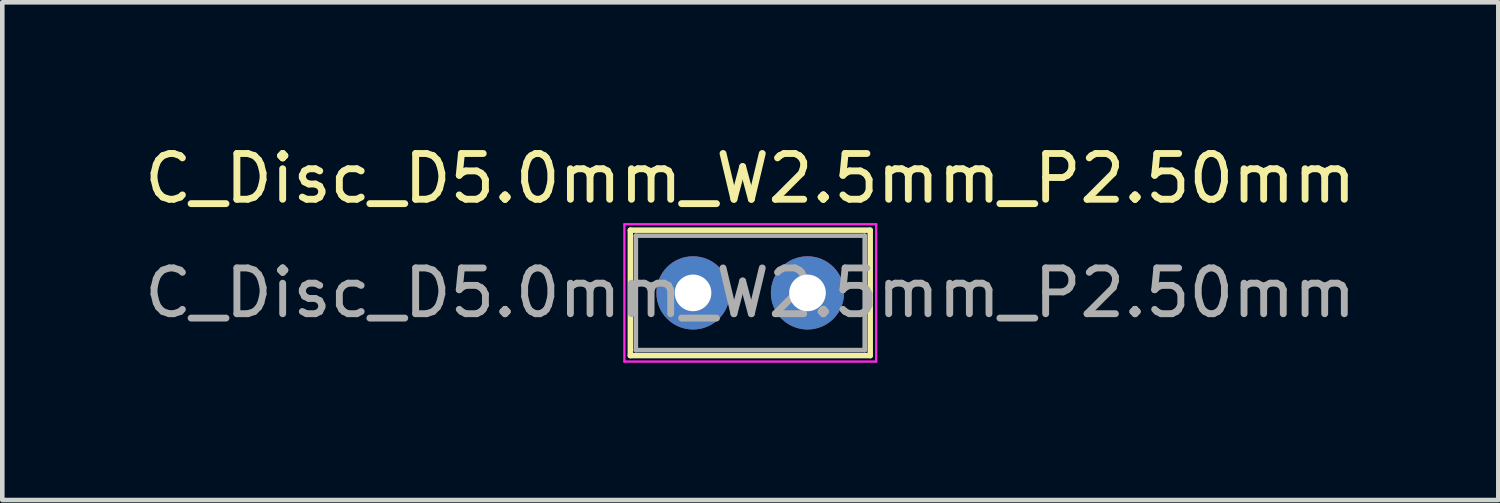
<source format=kicad_pcb>
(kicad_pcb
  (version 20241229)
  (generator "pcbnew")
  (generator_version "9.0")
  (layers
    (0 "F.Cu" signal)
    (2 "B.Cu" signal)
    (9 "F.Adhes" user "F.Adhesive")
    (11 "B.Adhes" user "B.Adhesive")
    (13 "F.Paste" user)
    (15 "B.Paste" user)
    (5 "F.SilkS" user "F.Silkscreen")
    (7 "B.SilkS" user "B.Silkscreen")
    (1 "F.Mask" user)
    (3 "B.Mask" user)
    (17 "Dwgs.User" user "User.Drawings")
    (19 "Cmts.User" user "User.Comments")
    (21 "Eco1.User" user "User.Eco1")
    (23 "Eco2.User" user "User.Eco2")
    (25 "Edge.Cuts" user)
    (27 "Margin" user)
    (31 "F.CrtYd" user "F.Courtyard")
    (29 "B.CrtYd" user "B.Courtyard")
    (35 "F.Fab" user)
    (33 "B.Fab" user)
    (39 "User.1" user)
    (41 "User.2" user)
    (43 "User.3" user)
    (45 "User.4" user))
  (footprint "C_Disc_D5.0mm_W2.5mm_P2.50mm"
    (layer "F.Cu")
    (at 12.089 3.348)
    (property "Reference" "C_Disc_D5.0mm_W2.5mm_P2.50mm" (at 1.25 -2.5 0) (layer "F.SilkS") (effects (font (size 1 1) (thickness 0.15))))
    (attr through_hole)
    (fp_line (start -1.37 -1.37) (end -1.37 1.37) (stroke (width 0.12) (type solid)) (layer "F.SilkS"))
    (fp_line (start -1.37 -1.37) (end 3.87 -1.37) (stroke (width 0.12) (type solid)) (layer "F.SilkS"))
    (fp_line (start -1.37 1.37) (end 3.87 1.37) (stroke (width 0.12) (type solid)) (layer "F.SilkS"))
    (fp_line (start 3.87 -1.37) (end 3.87 1.37) (stroke (width 0.12) (type solid)) (layer "F.SilkS"))
    (fp_line (start -1.5 -1.5) (end -1.5 1.5) (stroke (width 0.05) (type solid)) (layer "F.CrtYd"))
    (fp_line (start -1.5 1.5) (end 4 1.5) (stroke (width 0.05) (type solid)) (layer "F.CrtYd"))
    (fp_line (start 4 -1.5) (end -1.5 -1.5) (stroke (width 0.05) (type solid)) (layer "F.CrtYd"))
    (fp_line (start 4 1.5) (end 4 -1.5) (stroke (width 0.05) (type solid)) (layer "F.CrtYd"))
    (fp_line (start -1.25 -1.25) (end -1.25 1.25) (stroke (width 0.1) (type solid)) (layer "F.Fab"))
    (fp_line (start -1.25 1.25) (end 3.75 1.25) (stroke (width 0.1) (type solid)) (layer "F.Fab"))
    (fp_line (start 3.75 -1.25) (end -1.25 -1.25) (stroke (width 0.1) (type solid)) (layer "F.Fab"))
    (fp_line (start 3.75 1.25) (end 3.75 -1.25) (stroke (width 0.1) (type solid)) (layer "F.Fab"))
    (fp_text user "${REFERENCE}" (at 1.25 0 0) (layer "F.Fab") (effects (font (size 1 1) (thickness 0.15))))
    (pad "1" thru_hole circle (at 0 0) (size 1.6 1.6) (drill 0.8) (layers "*.Cu" "*.Mask"))
    (pad "2" thru_hole circle (at 2.5 0) (size 1.6 1.6) (drill 0.8) (layers "*.Cu" "*.Mask")))
  (gr_rect
    (start -3 -3)
    (end 29.679 7.873)
    (stroke (width 0.1) (type default))
    (fill no)
    (layer "Edge.Cuts")))
</source>
